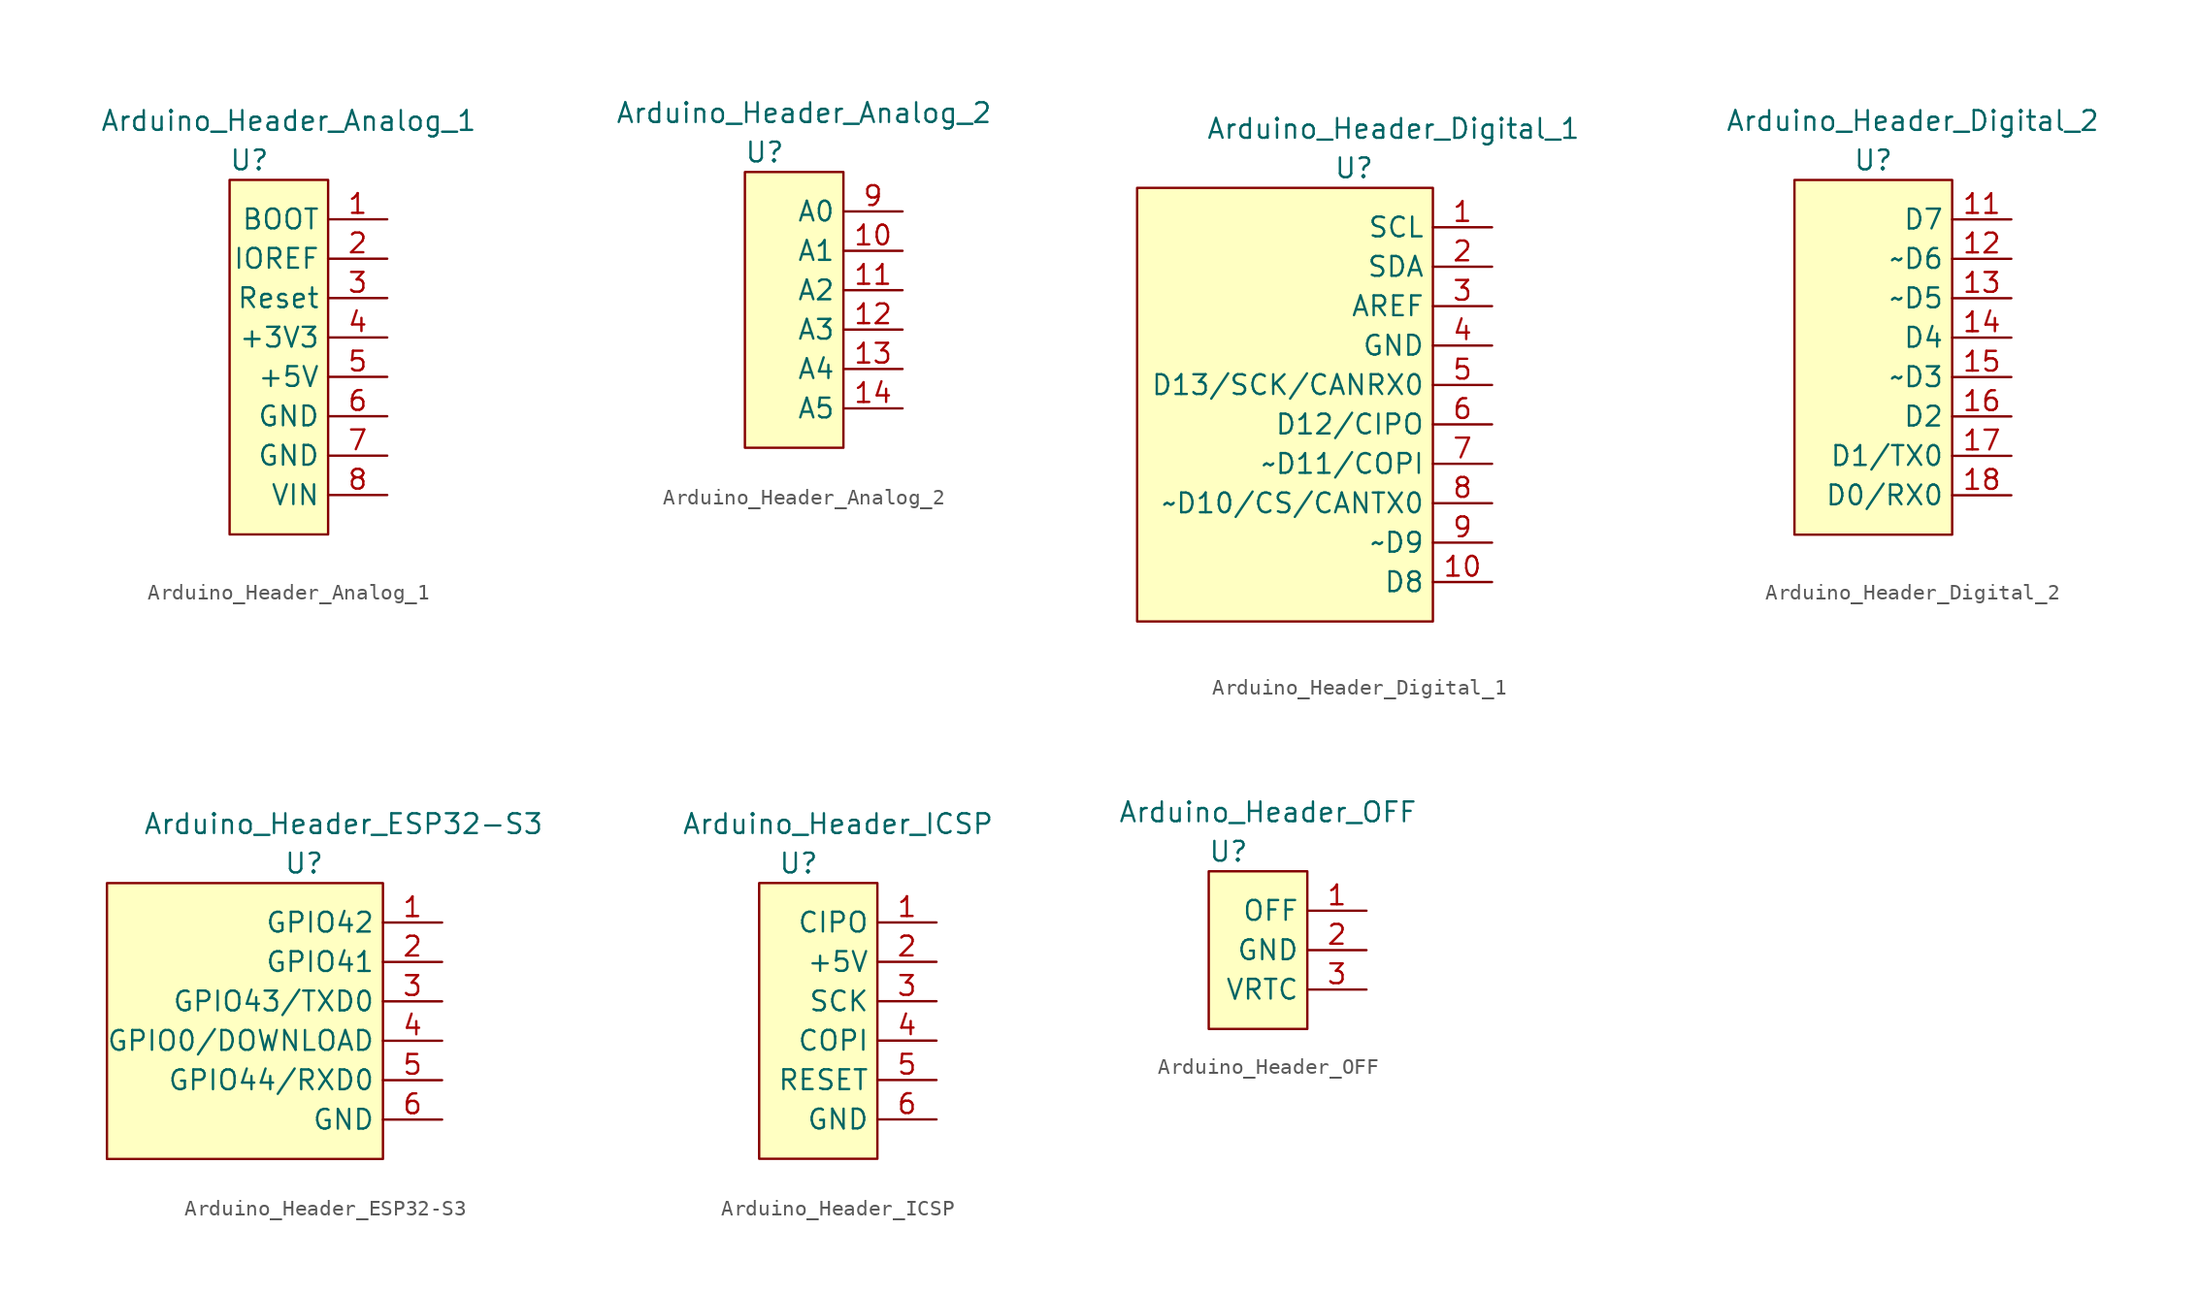
<source format=kicad_sym>
(kicad_symbol_lib
  (version 20211014)
  (generator kicad_symbol_editor)
  (symbol "Arduino_Header_Analog_1"
    (property "Reference" "U"
      (at -5.08 6.35 0)
      (effects (font (size 1.27 1.27))))
    (property "Value" "Arduino_Header_Analog_1"
      (at -2.54 8.89 0)
      (effects (font (size 1.27 1.27))))
    (symbol "Arduino_Header_Analog_1_0_1"
      (rectangle (start -6.35 5.08) (end 0 -17.78) (stroke (width 0) (type default) (color 0 0 0 0)) (fill (type background))))
    (symbol "Arduino_Header_Analog_1_1_1"
      (pin input line (at 3.81 2.54 180) (length 3.81) (name "BOOT" (effects (font (size 1.27 1.27)))) (number "1" (effects (font (size 1.27 1.27)))))
      (pin power_out line (at 3.81 0 180) (length 3.81) (name "IOREF" (effects (font (size 1.27 1.27)))) (number "2" (effects (font (size 1.27 1.27)))))
      (pin input line (at 3.81 -2.54 180) (length 3.81) (name "Reset" (effects (font (size 1.27 1.27)))) (number "3" (effects (font (size 1.27 1.27)))))
      (pin power_out line (at 3.81 -5.08 180) (length 3.81) (name "+3V3" (effects (font (size 1.27 1.27)))) (number "4" (effects (font (size 1.27 1.27)))))
      (pin power_out line (at 3.81 -7.62 180) (length 3.81) (name "+5V" (effects (font (size 1.27 1.27)))) (number "5" (effects (font (size 1.27 1.27)))))
      (pin power_out line (at 3.81 -10.16 180) (length 3.81) (name "GND" (effects (font (size 1.27 1.27)))) (number "6" (effects (font (size 1.27 1.27)))))
      (pin power_out line (at 3.81 -12.7 180) (length 3.81) (name "GND" (effects (font (size 1.27 1.27)))) (number "7" (effects (font (size 1.27 1.27)))))
      (pin power_out line (at 3.81 -15.24 180) (length 3.81) (name "VIN" (effects (font (size 1.27 1.27)))) (number "8" (effects (font (size 1.27 1.27)))))))
  (symbol "Arduino_Header_Analog_2"
    (property "Reference" "U"
      (at -5.08 6.35 0)
      (effects (font (size 1.27 1.27))))
    (property "Value" "Arduino_Header_Analog_2"
      (at -2.54 8.89 0)
      (effects (font (size 1.27 1.27))))
    (symbol "Arduino_Header_Analog_2_0_1"
      (rectangle (start -6.35 5.08) (end 0 -12.7) (stroke (width 0) (type default) (color 0 0 0 0)) (fill (type background))))
    (symbol "Arduino_Header_Analog_2_1_1"
      (pin bidirectional line (at 3.81 0 180) (length 3.81) (name "A1" (effects (font (size 1.27 1.27)))) (number "10" (effects (font (size 1.27 1.27)))))
      (pin bidirectional line (at 3.81 -2.54 180) (length 3.81) (name "A2" (effects (font (size 1.27 1.27)))) (number "11" (effects (font (size 1.27 1.27)))))
      (pin bidirectional line (at 3.81 -5.08 180) (length 3.81) (name "A3" (effects (font (size 1.27 1.27)))) (number "12" (effects (font (size 1.27 1.27)))))
      (pin bidirectional line (at 3.81 -7.62 180) (length 3.81) (name "A4" (effects (font (size 1.27 1.27)))) (number "13" (effects (font (size 1.27 1.27)))))
      (pin bidirectional line (at 3.81 -10.16 180) (length 3.81) (name "A5" (effects (font (size 1.27 1.27)))) (number "14" (effects (font (size 1.27 1.27)))))
      (pin bidirectional line (at 3.81 2.54 180) (length 3.81) (name "A0" (effects (font (size 1.27 1.27)))) (number "9" (effects (font (size 1.27 1.27)))))))
  (symbol "Arduino_Header_Digital_1"
    (property "Reference" "U"
      (at -5.08 6.35 0)
      (effects (font (size 1.27 1.27))))
    (property "Value" "Arduino_Header_Digital_1"
      (at -2.54 8.89 0)
      (effects (font (size 1.27 1.27))))
    (symbol "Arduino_Header_Digital_1_0_1"
      (rectangle (start -19.05 5.08) (end 0 -22.86) (stroke (width 0) (type default) (color 0 0 0 0)) (fill (type background))))
    (symbol "Arduino_Header_Digital_1_1_1"
      (pin bidirectional line (at 3.81 2.54 180) (length 3.81) (name "SCL" (effects (font (size 1.27 1.27)))) (number "1" (effects (font (size 1.27 1.27)))))
      (pin bidirectional line (at 3.81 -20.32 180) (length 3.81) (name "D8" (effects (font (size 1.27 1.27)))) (number "10" (effects (font (size 1.27 1.27)))))
      (pin bidirectional line (at 3.81 0 180) (length 3.81) (name "SDA" (effects (font (size 1.27 1.27)))) (number "2" (effects (font (size 1.27 1.27)))))
      (pin output line (at 3.81 -2.54 180) (length 3.81) (name "AREF" (effects (font (size 1.27 1.27)))) (number "3" (effects (font (size 1.27 1.27)))))
      (pin power_out line (at 3.81 -5.08 180) (length 3.81) (name "GND" (effects (font (size 1.27 1.27)))) (number "4" (effects (font (size 1.27 1.27)))))
      (pin bidirectional line (at 3.81 -7.62 180) (length 3.81) (name "D13/SCK/CANRX0" (effects (font (size 1.27 1.27)))) (number "5" (effects (font (size 1.27 1.27)))))
      (pin bidirectional line (at 3.81 -10.16 180) (length 3.81) (name "D12/CIPO" (effects (font (size 1.27 1.27)))) (number "6" (effects (font (size 1.27 1.27)))))
      (pin bidirectional line (at 3.81 -12.7 180) (length 3.81) (name "~D11/COPI" (effects (font (size 1.27 1.27)))) (number "7" (effects (font (size 1.27 1.27)))))
      (pin bidirectional line (at 3.81 -15.24 180) (length 3.81) (name "~D10/CS/CANTX0" (effects (font (size 1.27 1.27)))) (number "8" (effects (font (size 1.27 1.27)))))
      (pin bidirectional line (at 3.81 -17.78 180) (length 3.81) (name "~D9" (effects (font (size 1.27 1.27)))) (number "9" (effects (font (size 1.27 1.27)))))))
  (symbol "Arduino_Header_Digital_2"
    (property "Reference" "U"
      (at -5.08 6.35 0)
      (effects (font (size 1.27 1.27))))
    (property "Value" "Arduino_Header_Digital_2"
      (at -2.54 8.89 0)
      (effects (font (size 1.27 1.27))))
    (symbol "Arduino_Header_Digital_2_0_1"
      (rectangle (start -10.16 5.08) (end 0 -17.78) (stroke (width 0) (type default) (color 0 0 0 0)) (fill (type background))))
    (symbol "Arduino_Header_Digital_2_1_1"
      (pin bidirectional line (at 3.81 2.54 180) (length 3.81) (name "D7" (effects (font (size 1.27 1.27)))) (number "11" (effects (font (size 1.27 1.27)))))
      (pin bidirectional line (at 3.81 0 180) (length 3.81) (name "~D6" (effects (font (size 1.27 1.27)))) (number "12" (effects (font (size 1.27 1.27)))))
      (pin bidirectional line (at 3.81 -2.54 180) (length 3.81) (name "~D5" (effects (font (size 1.27 1.27)))) (number "13" (effects (font (size 1.27 1.27)))))
      (pin bidirectional line (at 3.81 -5.08 180) (length 3.81) (name "D4" (effects (font (size 1.27 1.27)))) (number "14" (effects (font (size 1.27 1.27)))))
      (pin bidirectional line (at 3.81 -7.62 180) (length 3.81) (name "~D3" (effects (font (size 1.27 1.27)))) (number "15" (effects (font (size 1.27 1.27)))))
      (pin bidirectional line (at 3.81 -10.16 180) (length 3.81) (name "D2" (effects (font (size 1.27 1.27)))) (number "16" (effects (font (size 1.27 1.27)))))
      (pin bidirectional line (at 3.81 -12.7 180) (length 3.81) (name "D1/TX0" (effects (font (size 1.27 1.27)))) (number "17" (effects (font (size 1.27 1.27)))))
      (pin bidirectional line (at 3.81 -15.24 180) (length 3.81) (name "D0/RX0" (effects (font (size 1.27 1.27)))) (number "18" (effects (font (size 1.27 1.27)))))))
  (symbol "Arduino_Header_ESP32-S3"
    (property "Reference" "U"
      (at -5.08 6.35 0)
      (effects (font (size 1.27 1.27))))
    (property "Value" "Arduino_Header_ESP32-S3"
      (at -2.54 8.89 0)
      (effects (font (size 1.27 1.27))))
    (symbol "Arduino_Header_ESP32-S3_0_1"
      (rectangle (start -17.78 5.08) (end 0 -12.7) (stroke (width 0) (type default) (color 0 0 0 0)) (fill (type background))))
    (symbol "Arduino_Header_ESP32-S3_1_1"
      (pin bidirectional line (at 3.81 2.54 180) (length 3.81) (name "GPIO42" (effects (font (size 1.27 1.27)))) (number "1" (effects (font (size 1.27 1.27)))))
      (pin bidirectional line (at 3.81 0 180) (length 3.81) (name "GPIO41" (effects (font (size 1.27 1.27)))) (number "2" (effects (font (size 1.27 1.27)))))
      (pin bidirectional line (at 3.81 -2.54 180) (length 3.81) (name "GPIO43/TXD0" (effects (font (size 1.27 1.27)))) (number "3" (effects (font (size 1.27 1.27)))))
      (pin bidirectional line (at 3.81 -5.08 180) (length 3.81) (name "GPIO0/DOWNLOAD" (effects (font (size 1.27 1.27)))) (number "4" (effects (font (size 1.27 1.27)))))
      (pin bidirectional line (at 3.81 -7.62 180) (length 3.81) (name "GPIO44/RXD0" (effects (font (size 1.27 1.27)))) (number "5" (effects (font (size 1.27 1.27)))))
      (pin power_out line (at 3.81 -10.16 180) (length 3.81) (name "GND" (effects (font (size 1.27 1.27)))) (number "6" (effects (font (size 1.27 1.27)))))))
  (symbol "Arduino_Header_ICSP"
    (property "Reference" "U"
      (at -5.08 6.35 0)
      (effects (font (size 1.27 1.27))))
    (property "Value" "Arduino_Header_ICSP"
      (at -2.54 8.89 0)
      (effects (font (size 1.27 1.27))))
    (symbol "Arduino_Header_ICSP_0_1"
      (rectangle (start -7.62 5.08) (end 0 -12.7) (stroke (width 0) (type default) (color 0 0 0 0)) (fill (type background))))
    (symbol "Arduino_Header_ICSP_1_1"
      (pin bidirectional line (at 3.81 2.54 180) (length 3.81) (name "CIPO" (effects (font (size 1.27 1.27)))) (number "1" (effects (font (size 1.27 1.27)))))
      (pin power_out line (at 3.81 0 180) (length 3.81) (name "+5V" (effects (font (size 1.27 1.27)))) (number "2" (effects (font (size 1.27 1.27)))))
      (pin bidirectional line (at 3.81 -2.54 180) (length 3.81) (name "SCK" (effects (font (size 1.27 1.27)))) (number "3" (effects (font (size 1.27 1.27)))))
      (pin bidirectional line (at 3.81 -5.08 180) (length 3.81) (name "COPI" (effects (font (size 1.27 1.27)))) (number "4" (effects (font (size 1.27 1.27)))))
      (pin bidirectional line (at 3.81 -7.62 180) (length 3.81) (name "RESET" (effects (font (size 1.27 1.27)))) (number "5" (effects (font (size 1.27 1.27)))))
      (pin power_out line (at 3.81 -10.16 180) (length 3.81) (name "GND" (effects (font (size 1.27 1.27)))) (number "6" (effects (font (size 1.27 1.27)))))))
  (symbol "Arduino_Header_OFF"
    (property "Reference" "U"
      (at -5.08 6.35 0)
      (effects (font (size 1.27 1.27))))
    (property "Value" "Arduino_Header_OFF"
      (at -2.54 8.89 0)
      (effects (font (size 1.27 1.27))))
    (symbol "Arduino_Header_OFF_0_1"
      (rectangle (start -6.35 5.08) (end 0 -5.08) (stroke (width 0) (type default) (color 0 0 0 0)) (fill (type background))))
    (symbol "Arduino_Header_OFF_1_1"
      (pin input line (at 3.81 2.54 180) (length 3.81) (name "OFF" (effects (font (size 1.27 1.27)))) (number "1" (effects (font (size 1.27 1.27)))))
      (pin power_out line (at 3.81 0 180) (length 3.81) (name "GND" (effects (font (size 1.27 1.27)))) (number "2" (effects (font (size 1.27 1.27)))))
      (pin power_in line (at 3.81 -2.54 180) (length 3.81) (name "VRTC" (effects (font (size 1.27 1.27)))) (number "3" (effects (font (size 1.27 1.27))))))))
</source>
